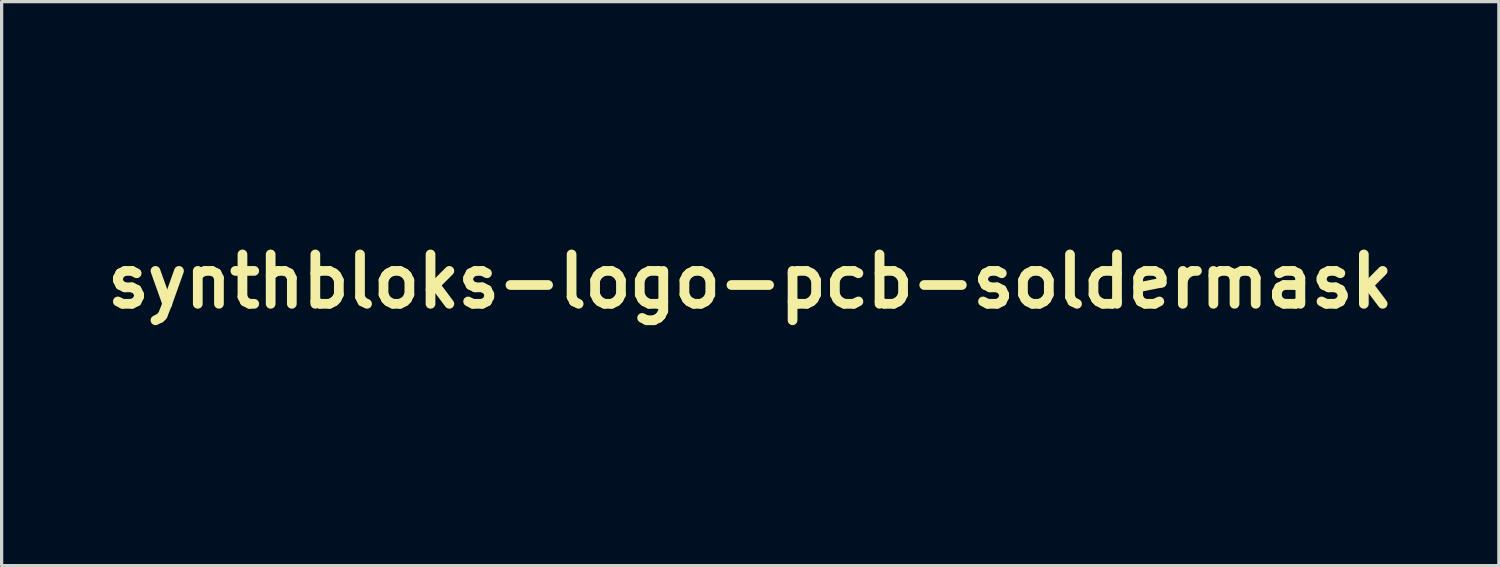
<source format=kicad_pcb>
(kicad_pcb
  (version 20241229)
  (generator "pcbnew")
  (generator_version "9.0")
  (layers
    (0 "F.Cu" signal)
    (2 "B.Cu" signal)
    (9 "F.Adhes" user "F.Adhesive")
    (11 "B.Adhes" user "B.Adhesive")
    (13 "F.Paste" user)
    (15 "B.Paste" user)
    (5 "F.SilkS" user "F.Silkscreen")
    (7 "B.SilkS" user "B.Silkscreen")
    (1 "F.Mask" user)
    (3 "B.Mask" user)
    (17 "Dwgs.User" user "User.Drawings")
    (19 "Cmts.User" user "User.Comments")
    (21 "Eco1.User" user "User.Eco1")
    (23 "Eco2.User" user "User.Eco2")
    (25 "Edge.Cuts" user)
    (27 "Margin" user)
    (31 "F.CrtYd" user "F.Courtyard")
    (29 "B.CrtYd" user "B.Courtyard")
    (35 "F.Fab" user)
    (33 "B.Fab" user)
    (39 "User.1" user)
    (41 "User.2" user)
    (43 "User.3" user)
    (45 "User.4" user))
  (footprint "synthbloks-logo-pcb-soldermask"
    (layer "F.Cu")
    (at 20.11 5.639)
    (property "Reference" "synthbloks-logo-pcb-soldermask" (at 0 0 0) (layer "F.SilkS") (effects (font (size 1.524 1.524) (thickness 0.3))))
    (attr through_hole)
    (fp_poly (pts (xy 1.836 -4.849) (xy 1.868 -4.837) (xy 1.892 -4.81) (xy 1.909 -4.763) (xy 1.92 -4.689) (xy 1.927 -4.583) (xy 1.93 -4.438) (xy 1.93 -4.25) (xy 1.93 -4.215) (xy 1.93 -4.032) (xy 1.929 -3.893) (xy 1.926 -3.791) (xy 1.922 -3.719) (xy 1.914 -3.671) (xy 1.904 -3.64) (xy 1.89 -3.618) (xy 1.88 -3.607) (xy 1.864 -3.593) (xy 1.844 -3.582) (xy 1.813 -3.573) (xy 1.768 -3.567) (xy 1.702 -3.562) (xy 1.61 -3.559) (xy 1.486 -3.557) (xy 1.326 -3.556) (xy 1.123 -3.556) (xy 0.978 -3.556) (xy 0.127 -3.556) (xy 0.127 -3.078) (xy 0.126 -2.889) (xy 0.122 -2.746) (xy 0.115 -2.648) (xy 0.106 -2.59) (xy 0.097 -2.57) (xy 0.073 -2.562) (xy 0.019 -2.554) (xy -0.068 -2.549) (xy -0.192 -2.545) (xy -0.356 -2.542) (xy -0.565 -2.54) (xy -0.805 -2.54) (xy -1.676 -2.54) (xy -1.676 -2.05) (xy -1.678 -1.858) (xy -1.681 -1.713) (xy -1.688 -1.612) (xy -1.697 -1.551) (xy -1.707 -1.529) (xy -1.763 -1.502) (xy -1.832 -1.502) (xy -1.889 -1.529) (xy -1.904 -1.548) (xy -1.913 -1.59) (xy -1.92 -1.673) (xy -1.925 -1.789) (xy -1.929 -1.926) (xy -1.93 -2.077) (xy -1.93 -2.231) (xy -1.928 -2.379) (xy -1.924 -2.512) (xy -1.918 -2.62) (xy -1.911 -2.693) (xy -1.904 -2.719) (xy -1.895 -2.733) (xy -1.88 -2.743) (xy -1.854 -2.751) (xy -1.812 -2.758) (xy -1.749 -2.762) (xy -1.659 -2.765) (xy -1.538 -2.767) (xy -1.379 -2.768) (xy -1.179 -2.769) (xy -1.002 -2.769) (xy -0.127 -2.769) (xy -0.127 -3.24) (xy -0.126 -3.407) (xy -0.122 -3.551) (xy -0.115 -3.663) (xy -0.107 -3.736) (xy -0.101 -3.761) (xy -0.092 -3.774) (xy -0.077 -3.785) (xy -0.051 -3.793) (xy -0.009 -3.799) (xy 0.055 -3.804) (xy 0.144 -3.807) (xy 0.266 -3.809) (xy 0.424 -3.81) (xy 0.624 -3.81) (xy 0.801 -3.81) (xy 1.676 -3.81) (xy 1.676 -4.3) (xy 1.677 -4.481) (xy 1.68 -4.618) (xy 1.686 -4.716) (xy 1.697 -4.782) (xy 1.714 -4.822) (xy 1.738 -4.843) (xy 1.771 -4.851) (xy 1.794 -4.851) (xy 1.836 -4.849)) (stroke (width 0.01) (type solid)) (fill yes) (layer "F.Mask"))
    (fp_poly (pts (xy 0.52 -5.608) (xy 0.531 -5.602) (xy 0.622 -5.528) (xy 0.675 -5.425) (xy 0.686 -5.346) (xy 0.665 -5.224) (xy 0.602 -5.114) (xy 0.493 -5.013) (xy 0.336 -4.92) (xy 0.293 -4.899) (xy 0.184 -4.853) (xy 0.087 -4.825) (xy -0.023 -4.81) (xy -0.102 -4.805) (xy -0.217 -4.802) (xy -0.301 -4.807) (xy -0.376 -4.824) (xy -0.461 -4.855) (xy -0.483 -4.864) (xy -0.586 -4.903) (xy -0.671 -4.922) (xy -0.762 -4.925) (xy -0.813 -4.922) (xy -0.977 -4.892) (xy -1.131 -4.832) (xy -1.258 -4.748) (xy -1.294 -4.714) (xy -1.356 -4.647) (xy -1.237 -4.537) (xy -1.17 -4.472) (xy -1.134 -4.422) (xy -1.12 -4.369) (xy -1.118 -4.321) (xy -1.141 -4.183) (xy -1.211 -4.062) (xy -1.329 -3.955) (xy -1.448 -3.885) (xy -1.668 -3.799) (xy -1.885 -3.762) (xy -2.098 -3.774) (xy -2.279 -3.826) (xy -2.385 -3.864) (xy -2.474 -3.881) (xy -2.571 -3.883) (xy -2.613 -3.88) (xy -2.781 -3.85) (xy -2.937 -3.789) (xy -3.065 -3.703) (xy -3.098 -3.671) (xy -3.162 -3.604) (xy -3.056 -3.516) (xy -2.958 -3.411) (xy -2.911 -3.302) (xy -2.914 -3.19) (xy -2.968 -3.077) (xy -3.042 -2.992) (xy -3.183 -2.885) (xy -3.351 -2.801) (xy -3.534 -2.745) (xy -3.718 -2.72) (xy -3.892 -2.728) (xy -3.994 -2.754) (xy -4.066 -2.784) (xy -4.121 -2.815) (xy -4.128 -2.82) (xy -4.162 -2.876) (xy -4.157 -2.944) (xy -4.116 -3.002) (xy -4.106 -3.01) (xy -4.063 -3.033) (xy -4.021 -3.033) (xy -3.958 -3.012) (xy -3.947 -3.007) (xy -3.821 -2.978) (xy -3.674 -2.981) (xy -3.519 -3.011) (xy -3.373 -3.066) (xy -3.251 -3.141) (xy -3.21 -3.178) (xy -3.137 -3.254) (xy -3.243 -3.342) (xy -3.341 -3.446) (xy -3.389 -3.553) (xy -3.385 -3.663) (xy -3.331 -3.777) (xy -3.227 -3.893) (xy -3.223 -3.897) (xy -3.061 -4.012) (xy -2.871 -4.089) (xy -2.65 -4.13) (xy -2.603 -4.133) (xy -2.49 -4.138) (xy -2.406 -4.133) (xy -2.327 -4.115) (xy -2.233 -4.08) (xy -2.086 -4.033) (xy -1.953 -4.014) (xy -1.936 -4.013) (xy -1.791 -4.03) (xy -1.642 -4.076) (xy -1.508 -4.144) (xy -1.423 -4.211) (xy -1.372 -4.264) (xy -1.354 -4.295) (xy -1.363 -4.317) (xy -1.385 -4.334) (xy -1.503 -4.434) (xy -1.572 -4.533) (xy -1.59 -4.591) (xy -1.587 -4.704) (xy -1.536 -4.817) (xy -1.443 -4.925) (xy -1.31 -5.023) (xy -1.143 -5.108) (xy -1.14 -5.109) (xy -1.009 -5.148) (xy -0.856 -5.168) (xy -0.699 -5.171) (xy -0.552 -5.155) (xy -0.433 -5.121) (xy -0.41 -5.11) (xy -0.264 -5.06) (xy -0.101 -5.05) (xy 0.069 -5.081) (xy 0.235 -5.151) (xy 0.296 -5.188) (xy 0.384 -5.258) (xy 0.424 -5.318) (xy 0.416 -5.369) (xy 0.383 -5.401) (xy 0.34 -5.459) (xy 0.334 -5.531) (xy 0.369 -5.597) (xy 0.37 -5.599) (xy 0.412 -5.631) (xy 0.456 -5.634) (xy 0.52 -5.608)) (stroke (width 0.01) (type solid)) (fill yes) (layer "F.Mask"))
    (fp_poly (pts (xy -4.008 -1.714) (xy -3.932 -1.676) (xy -3.817 -1.615) (xy -3.664 -1.532) (xy -3.475 -1.427) (xy -3.253 -1.303) (xy -3 -1.159) (xy -2.718 -0.998) (xy -2.408 -0.82) (xy -2.159 -0.676) (xy -0.343 0.373) (xy -0.343 1.586) (xy -0.408 1.609) (xy -0.424 1.611) (xy -0.448 1.607) (xy -0.483 1.595) (xy -0.533 1.574) (xy -0.599 1.541) (xy -0.685 1.496) (xy -0.795 1.437) (xy -0.93 1.362) (xy -1.094 1.27) (xy -1.29 1.158) (xy -1.521 1.026) (xy -1.789 0.871) (xy -2.099 0.693) (xy -2.109 0.687) (xy -2.376 0.533) (xy -2.631 0.385) (xy -2.872 0.246) (xy -3.093 0.118) (xy -3.293 0.002) (xy -3.467 -0.098) (xy -3.611 -0.182) (xy -3.722 -0.246) (xy -3.796 -0.29) (xy -3.829 -0.309) (xy -3.912 -0.36) (xy -3.91 0.394) (xy -2.585 1.156) (xy -1.26 1.919) (xy -0.795 2.59) (xy -0.33 3.261) (xy -0.33 3.963) (xy -0.33 4.172) (xy -0.331 4.336) (xy -0.333 4.461) (xy -0.337 4.552) (xy -0.342 4.616) (xy -0.349 4.659) (xy -0.359 4.685) (xy -0.372 4.702) (xy -0.375 4.704) (xy -0.415 4.733) (xy -0.489 4.78) (xy -0.589 4.84) (xy -0.707 4.909) (xy -0.834 4.982) (xy -0.963 5.055) (xy -1.085 5.123) (xy -1.193 5.181) (xy -1.278 5.226) (xy -1.333 5.252) (xy -1.349 5.257) (xy -1.376 5.245) (xy -1.443 5.209) (xy -1.548 5.151) (xy -1.687 5.073) (xy -1.857 4.978) (xy -2.054 4.866) (xy -2.274 4.74) (xy -2.516 4.602) (xy -2.775 4.453) (xy -3.048 4.296) (xy -3.2 4.208) (xy -3.565 3.997) (xy -3.886 3.81) (xy -4.165 3.647) (xy -4.404 3.506) (xy -4.603 3.387) (xy -4.764 3.289) (xy -4.888 3.212) (xy -4.975 3.155) (xy -5.029 3.116) (xy -5.048 3.097) (xy -5.057 3.053) (xy -5.065 2.969) (xy -5.071 2.853) (xy -5.075 2.715) (xy -5.078 2.566) (xy -5.078 2.415) (xy -5.076 2.271) (xy -5.073 2.145) (xy -5.067 2.047) (xy -5.058 1.985) (xy -5.057 1.981) (xy -5.049 1.954) (xy -5.038 1.933) (xy -5.023 1.918) (xy -4.999 1.911) (xy -4.964 1.914) (xy -4.915 1.928) (xy -4.85 1.954) (xy -4.765 1.993) (xy -4.658 2.048) (xy -4.526 2.119) (xy -4.365 2.208) (xy -4.174 2.316) (xy -3.949 2.444) (xy -3.688 2.594) (xy -3.387 2.768) (xy -3.189 2.882) (xy -2.92 3.037) (xy -2.664 3.185) (xy -2.424 3.323) (xy -2.204 3.449) (xy -2.006 3.563) (xy -1.835 3.661) (xy -1.694 3.741) (xy -1.586 3.803) (xy -1.515 3.843) (xy -1.484 3.86) (xy -1.482 3.861) (xy -1.479 3.837) (xy -1.477 3.771) (xy -1.477 3.672) (xy -1.478 3.55) (xy -1.479 3.491) (xy -1.486 3.121) (xy -2.813 2.354) (xy -4.141 1.587) (xy -4.604 0.787) (xy -5.067 -0.013) (xy -5.074 -0.546) (xy -5.076 -0.744) (xy -5.075 -0.896) (xy -5.071 -1.007) (xy -5.064 -1.084) (xy -5.053 -1.13) (xy -5.049 -1.14) (xy -5.016 -1.173) (xy -4.946 -1.225) (xy -4.847 -1.29) (xy -4.729 -1.365) (xy -4.598 -1.443) (xy -4.464 -1.52) (xy -4.335 -1.592) (xy -4.219 -1.653) (xy -4.125 -1.698) (xy -4.061 -1.723) (xy -4.042 -1.726) (xy -4.008 -1.714)) (stroke (width 0.01) (type solid)) (fill yes) (layer "F.Mask"))
    (fp_poly (pts (xy 4.082 -1.715) (xy 4.154 -1.681) (xy 4.254 -1.631) (xy 4.372 -1.568) (xy 4.501 -1.498) (xy 4.631 -1.426) (xy 4.755 -1.354) (xy 4.865 -1.289) (xy 4.952 -1.235) (xy 5.007 -1.197) (xy 5.02 -1.186) (xy 5.031 -1.149) (xy 5.042 -1.063) (xy 5.051 -0.932) (xy 5.06 -0.758) (xy 5.065 -0.601) (xy 5.082 -0.046) (xy 4.877 0.311) (xy 4.797 0.453) (xy 4.742 0.558) (xy 4.71 0.629) (xy 4.698 0.671) (xy 4.704 0.691) (xy 4.742 0.714) (xy 4.809 0.753) (xy 4.892 0.801) (xy 4.895 0.803) (xy 4.982 0.856) (xy 5.034 0.9) (xy 5.06 0.943) (xy 5.068 0.973) (xy 5.072 1.023) (xy 5.075 1.115) (xy 5.077 1.238) (xy 5.077 1.385) (xy 5.075 1.545) (xy 5.075 1.562) (xy 5.067 2.07) (xy 4.625 2.832) (xy 4.52 3.013) (xy 4.42 3.182) (xy 4.33 3.334) (xy 4.252 3.462) (xy 4.19 3.561) (xy 4.148 3.626) (xy 4.13 3.649) (xy 4.098 3.673) (xy 4.026 3.718) (xy 3.918 3.784) (xy 3.779 3.868) (xy 3.612 3.967) (xy 3.421 4.079) (xy 3.211 4.201) (xy 2.986 4.332) (xy 2.749 4.47) (xy 2.504 4.611) (xy 2.256 4.754) (xy 2.008 4.895) (xy 1.765 5.034) (xy 1.531 5.168) (xy 1.309 5.294) (xy 1.104 5.409) (xy 0.919 5.513) (xy 0.759 5.602) (xy 0.627 5.674) (xy 0.528 5.727) (xy 0.466 5.758) (xy 0.445 5.766) (xy 0.386 5.752) (xy 0.359 5.731) (xy 0.354 5.71) (xy 0.349 5.658) (xy 0.346 5.573) (xy 0.343 5.454) (xy 0.34 5.298) (xy 0.338 5.104) (xy 0.336 4.87) (xy 0.335 4.595) (xy 0.335 4.275) (xy 0.335 3.911) (xy 0.335 3.499) (xy 0.336 3.129) (xy 1.473 3.129) (xy 1.473 3.495) (xy 1.474 3.625) (xy 1.476 3.734) (xy 1.479 3.815) (xy 1.482 3.857) (xy 1.484 3.861) (xy 1.507 3.848) (xy 1.57 3.813) (xy 1.67 3.757) (xy 1.801 3.682) (xy 1.959 3.591) (xy 2.142 3.486) (xy 2.344 3.37) (xy 2.562 3.244) (xy 2.684 3.174) (xy 2.909 3.044) (xy 3.12 2.921) (xy 3.315 2.808) (xy 3.488 2.707) (xy 3.636 2.621) (xy 3.754 2.551) (xy 3.838 2.501) (xy 3.885 2.473) (xy 3.893 2.467) (xy 3.9 2.436) (xy 3.904 2.363) (xy 3.907 2.26) (xy 3.907 2.134) (xy 3.906 2.088) (xy 3.899 1.729) (xy 1.473 3.129) (xy 0.336 3.129) (xy 0.336 3.038) (xy 0.336 3.036) (xy 0.341 1.053) (xy 1.473 1.053) (xy 1.473 1.415) (xy 1.474 1.545) (xy 1.477 1.653) (xy 1.482 1.733) (xy 1.487 1.774) (xy 1.49 1.778) (xy 1.514 1.766) (xy 1.578 1.73) (xy 1.679 1.674) (xy 1.811 1.599) (xy 1.971 1.508) (xy 2.154 1.404) (xy 2.358 1.287) (xy 2.576 1.162) (xy 2.708 1.086) (xy 3.91 0.394) (xy 3.911 0.018) (xy 3.912 -0.358) (xy 3.804 -0.294) (xy 3.761 -0.269) (xy 3.678 -0.221) (xy 3.561 -0.153) (xy 3.414 -0.068) (xy 3.242 0.032) (xy 3.05 0.143) (xy 2.841 0.264) (xy 2.622 0.39) (xy 2.584 0.412) (xy 1.473 1.053) (xy 0.341 1.053) (xy 0.343 0.374) (xy 1.219 -0.132) (xy 1.453 -0.267) (xy 1.718 -0.42) (xy 2.002 -0.584) (xy 2.294 -0.753) (xy 2.58 -0.918) (xy 2.849 -1.073) (xy 3.039 -1.183) (xy 3.25 -1.304) (xy 3.445 -1.414) (xy 3.621 -1.512) (xy 3.772 -1.594) (xy 3.894 -1.659) (xy 3.984 -1.703) (xy 4.035 -1.725) (xy 4.045 -1.727) (xy 4.082 -1.715)) (stroke (width 0.01) (type solid)) (fill yes) (layer "F.Mask"))
    (fp_poly (pts (xy 3.635 -3.798) (xy 3.708 -3.763) (xy 3.807 -3.712) (xy 3.925 -3.648) (xy 4.054 -3.576) (xy 4.185 -3.501) (xy 4.311 -3.428) (xy 4.422 -3.36) (xy 4.51 -3.304) (xy 4.569 -3.263) (xy 4.582 -3.252) (xy 4.612 -3.216) (xy 4.624 -3.181) (xy 4.612 -3.143) (xy 4.574 -3.099) (xy 4.506 -3.044) (xy 4.403 -2.976) (xy 4.262 -2.89) (xy 4.13 -2.813) (xy 3.988 -2.732) (xy 3.858 -2.66) (xy 3.747 -2.602) (xy 3.663 -2.561) (xy 3.613 -2.541) (xy 3.606 -2.54) (xy 3.567 -2.552) (xy 3.492 -2.586) (xy 3.39 -2.638) (xy 3.267 -2.703) (xy 3.131 -2.779) (xy 3.123 -2.783) (xy 2.696 -3.027) (xy 2.383 -2.844) (xy 2.271 -2.779) (xy 2.176 -2.723) (xy 2.106 -2.682) (xy 2.069 -2.66) (xy 2.065 -2.657) (xy 2.084 -2.643) (xy 2.14 -2.609) (xy 2.225 -2.557) (xy 2.334 -2.493) (xy 2.427 -2.439) (xy 2.574 -2.352) (xy 2.681 -2.283) (xy 2.753 -2.229) (xy 2.796 -2.184) (xy 2.814 -2.144) (xy 2.813 -2.104) (xy 2.809 -2.089) (xy 2.783 -2.063) (xy 2.721 -2.018) (xy 2.63 -1.958) (xy 2.518 -1.888) (xy 2.393 -1.812) (xy 2.263 -1.735) (xy 2.135 -1.662) (xy 2.018 -1.597) (xy 1.919 -1.545) (xy 1.847 -1.511) (xy 1.81 -1.499) (xy 1.774 -1.511) (xy 1.702 -1.545) (xy 1.601 -1.596) (xy 1.479 -1.661) (xy 1.345 -1.736) (xy 1.338 -1.74) (xy 1.206 -1.815) (xy 1.089 -1.88) (xy 0.994 -1.932) (xy 0.929 -1.967) (xy 0.9 -1.981) (xy 0.9 -1.981) (xy 0.874 -1.969) (xy 0.813 -1.936) (xy 0.724 -1.886) (xy 0.616 -1.824) (xy 0.572 -1.799) (xy 0.259 -1.617) (xy 0.631 -1.399) (xy 0.767 -1.319) (xy 0.865 -1.259) (xy 0.931 -1.215) (xy 0.972 -1.181) (xy 0.994 -1.153) (xy 1.002 -1.125) (xy 1.003 -1.096) (xy 1.002 -1.067) (xy 0.994 -1.041) (xy 0.975 -1.015) (xy 0.938 -0.983) (xy 0.879 -0.942) (xy 0.791 -0.887) (xy 0.669 -0.815) (xy 0.533 -0.735) (xy 0.391 -0.654) (xy 0.261 -0.581) (xy 0.15 -0.522) (xy 0.066 -0.481) (xy 0.016 -0.46) (xy 0.008 -0.459) (xy -0.049 -0.477) (xy -0.086 -0.511) (xy -0.108 -0.554) (xy -0.107 -0.595) (xy -0.081 -0.639) (xy -0.023 -0.691) (xy 0.069 -0.755) (xy 0.201 -0.836) (xy 0.254 -0.868) (xy 0.373 -0.937) (xy 0.476 -0.999) (xy 0.555 -1.048) (xy 0.604 -1.079) (xy 0.613 -1.086) (xy 0.6 -1.105) (xy 0.548 -1.144) (xy 0.466 -1.199) (xy 0.36 -1.265) (xy 0.268 -1.319) (xy 0.125 -1.403) (xy 0.022 -1.469) (xy -0.048 -1.52) (xy -0.09 -1.561) (xy -0.109 -1.599) (xy -0.111 -1.637) (xy -0.108 -1.656) (xy -0.084 -1.679) (xy -0.024 -1.723) (xy 0.065 -1.782) (xy 0.175 -1.853) (xy 0.299 -1.929) (xy 0.428 -2.007) (xy 0.556 -2.082) (xy 0.674 -2.15) (xy 0.775 -2.205) (xy 0.851 -2.243) (xy 0.894 -2.26) (xy 0.897 -2.261) (xy 0.93 -2.249) (xy 0.998 -2.215) (xy 1.096 -2.164) (xy 1.216 -2.099) (xy 1.349 -2.024) (xy 1.358 -2.019) (xy 1.492 -1.944) (xy 1.611 -1.879) (xy 1.708 -1.827) (xy 1.776 -1.792) (xy 1.808 -1.778) (xy 1.809 -1.778) (xy 1.838 -1.79) (xy 1.902 -1.823) (xy 1.99 -1.871) (xy 2.092 -1.928) (xy 2.199 -1.99) (xy 2.302 -2.051) (xy 2.384 -2.101) (xy 2.404 -2.116) (xy 2.411 -2.131) (xy 2.4 -2.15) (xy 2.364 -2.179) (xy 2.299 -2.22) (xy 2.2 -2.279) (xy 2.083 -2.347) (xy 1.96 -2.42) (xy 1.852 -2.487) (xy 1.766 -2.544) (xy 1.712 -2.584) (xy 1.698 -2.599) (xy 1.684 -2.659) (xy 1.689 -2.691) (xy 1.714 -2.716) (xy 1.775 -2.76) (xy 1.865 -2.821) (xy 1.976 -2.892) (xy 2.1 -2.969) (xy 2.23 -3.048) (xy 2.358 -3.124) (xy 2.476 -3.192) (xy 2.576 -3.247) (xy 2.651 -3.286) (xy 2.692 -3.302) (xy 2.695 -3.302) (xy 2.725 -3.29) (xy 2.792 -3.256) (xy 2.889 -3.204) (xy 3.008 -3.139) (xy 3.142 -3.063) (xy 3.163 -3.051) (xy 3.601 -2.8) (xy 3.902 -2.975) (xy 4.013 -3.04) (xy 4.106 -3.097) (xy 4.174 -3.141) (xy 4.208 -3.166) (xy 4.21 -3.169) (xy 4.192 -3.188) (xy 4.136 -3.227) (xy 4.052 -3.281) (xy 3.946 -3.345) (xy 3.893 -3.376) (xy 3.774 -3.445) (xy 3.669 -3.508) (xy 3.586 -3.56) (xy 3.534 -3.594) (xy 3.524 -3.601) (xy 3.484 -3.663) (xy 3.484 -3.728) (xy 3.518 -3.782) (xy 3.582 -3.809) (xy 3.598 -3.81) (xy 3.635 -3.798)) (stroke (width 0.01) (type solid)) (fill yes) (layer "F.Mask")))
  (gr_rect
    (start -3 -3)
    (end 43.219 14.41)
    (stroke (width 0.1) (type default))
    (fill no)
    (layer "Edge.Cuts")))
</source>
